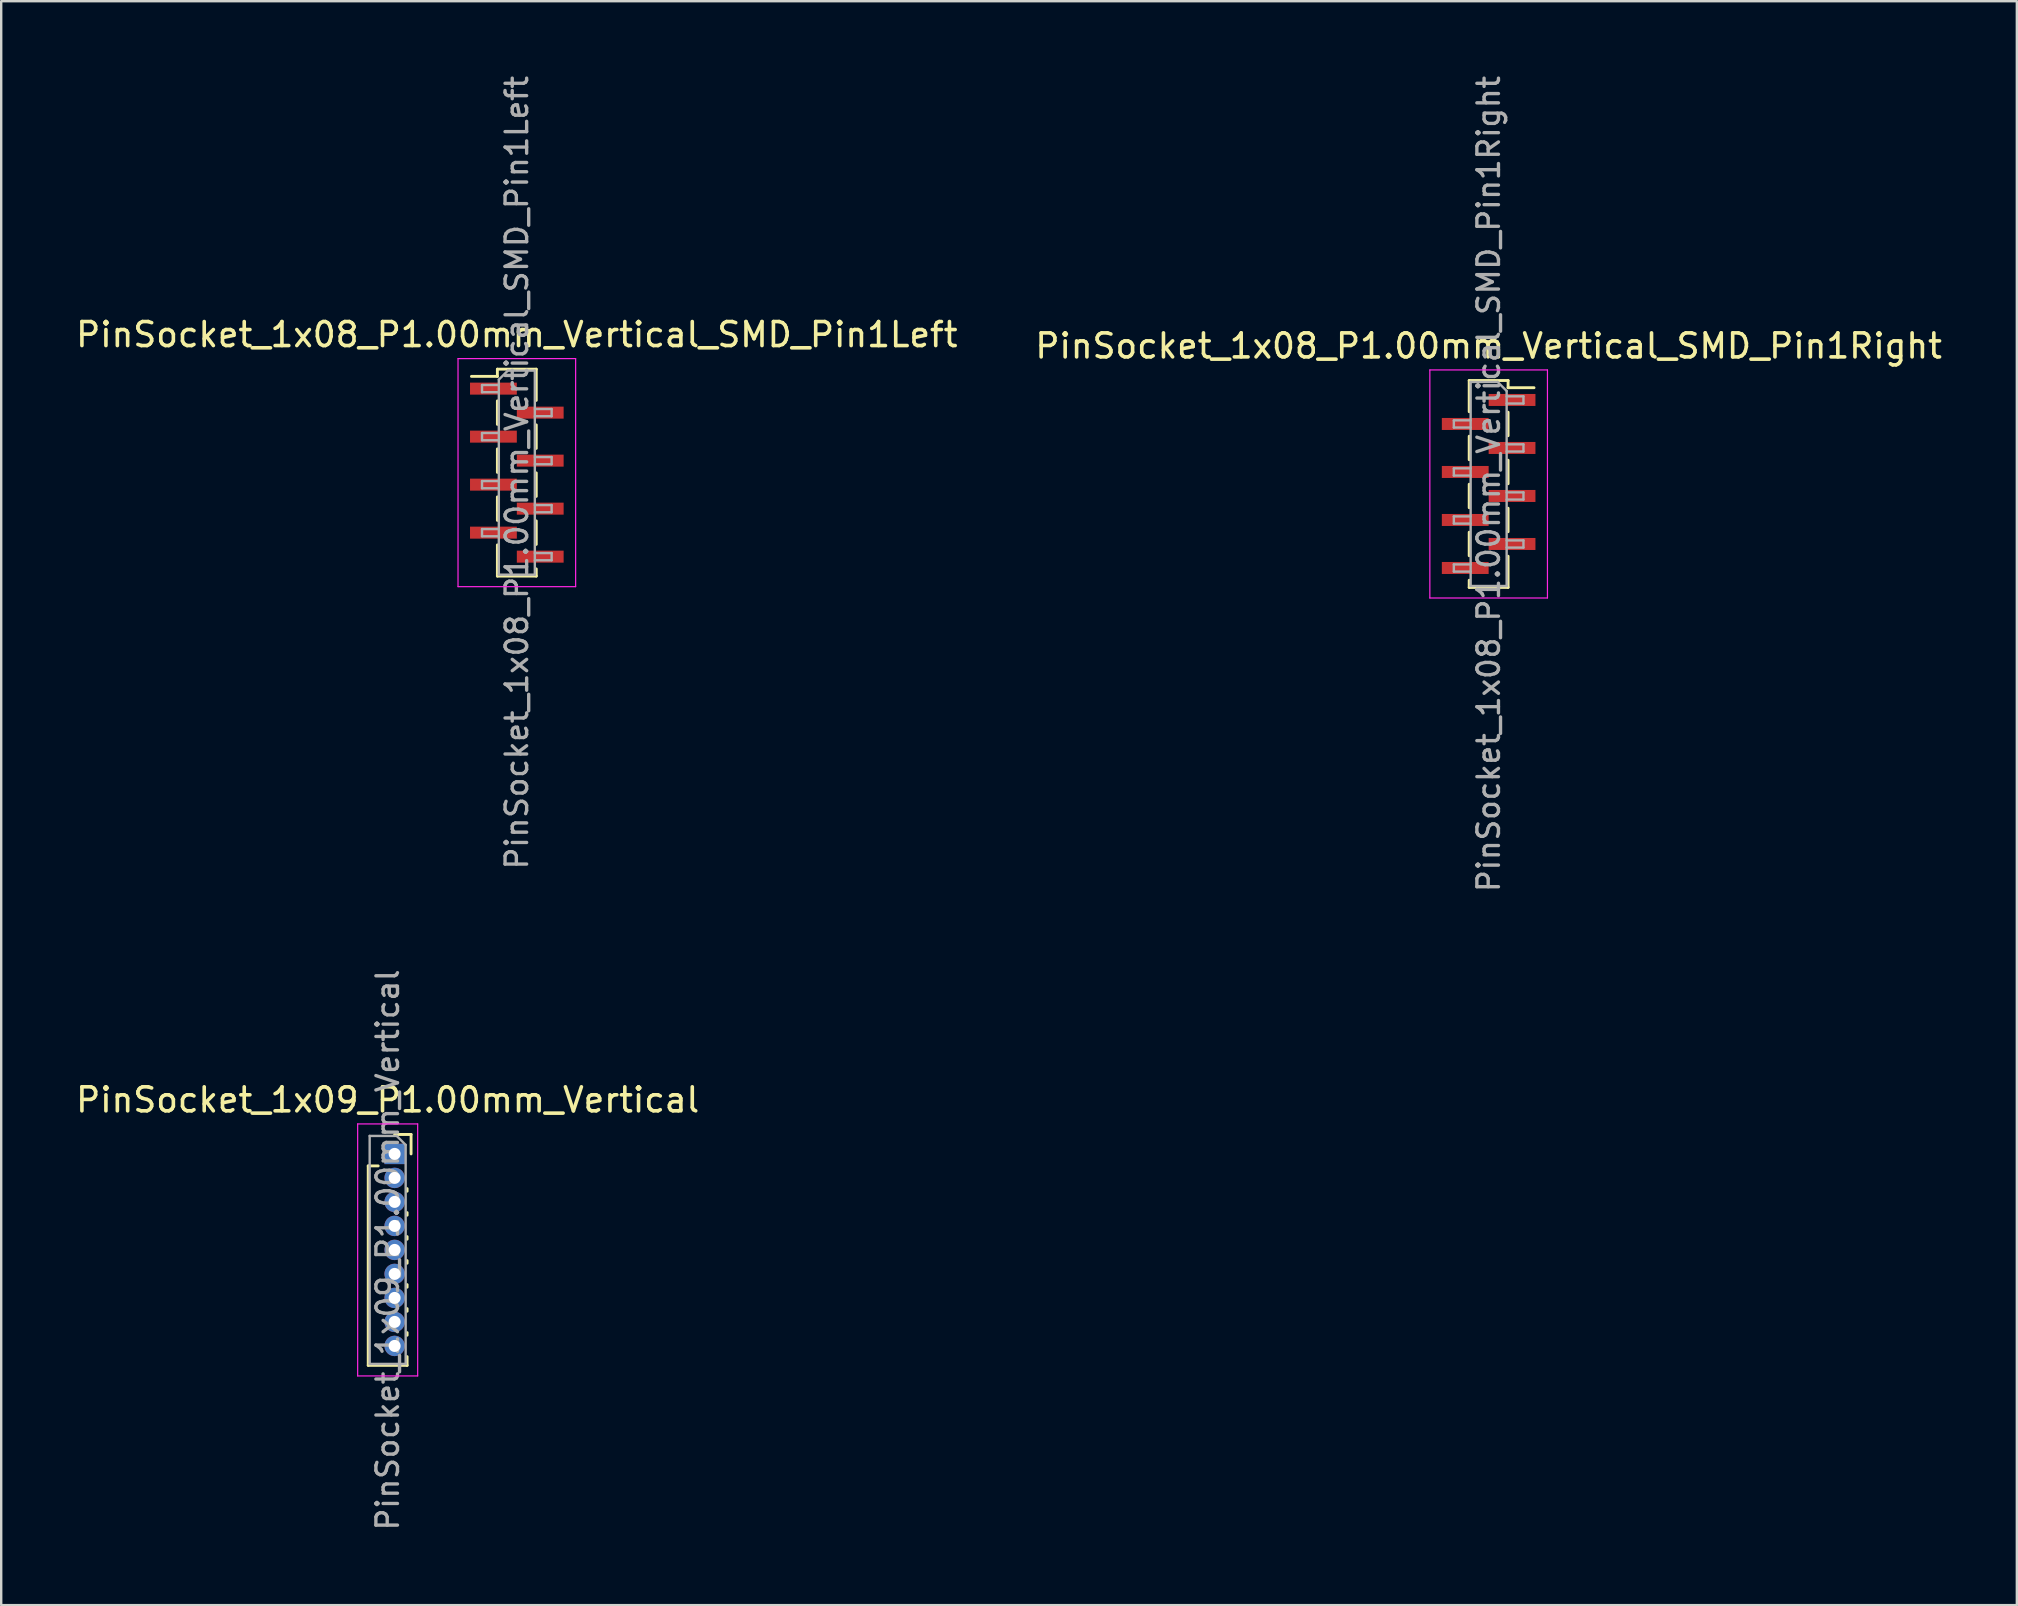
<source format=kicad_pcb>
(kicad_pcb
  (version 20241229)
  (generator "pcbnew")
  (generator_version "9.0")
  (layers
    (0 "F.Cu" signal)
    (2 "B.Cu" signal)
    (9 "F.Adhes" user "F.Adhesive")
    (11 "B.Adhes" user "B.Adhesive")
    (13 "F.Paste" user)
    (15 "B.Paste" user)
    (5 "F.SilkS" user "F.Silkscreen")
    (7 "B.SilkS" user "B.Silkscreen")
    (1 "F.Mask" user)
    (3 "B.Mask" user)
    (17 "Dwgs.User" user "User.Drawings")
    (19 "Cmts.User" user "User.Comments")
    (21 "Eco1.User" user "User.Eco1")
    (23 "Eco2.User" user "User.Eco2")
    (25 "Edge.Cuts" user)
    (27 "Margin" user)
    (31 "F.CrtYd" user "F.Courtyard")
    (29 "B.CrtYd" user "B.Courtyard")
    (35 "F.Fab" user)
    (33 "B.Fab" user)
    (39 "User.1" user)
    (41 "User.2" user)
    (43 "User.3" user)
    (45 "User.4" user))
  (footprint "PinSocket_1x09_P1.00mm_Vertical"
    (layer "F.Cu")
    (at 13.391 45.024)
    (property "Reference" "PinSocket_1x09_P1.00mm_Vertical" (at -0.29 -2.25 0) (layer "F.SilkS") (effects (font (size 1 1) (thickness 0.15))))
    (attr through_hole)
    (fp_line (start -1.1 0.5) (end -1.1 8.81) (stroke (width 0.12) (type solid)) (layer "F.SilkS"))
    (fp_line (start -1.1 0.5) (end -0.685 0.5) (stroke (width 0.12) (type solid)) (layer "F.SilkS"))
    (fp_line (start -1.1 8.81) (end 0.52 8.81) (stroke (width 0.12) (type solid)) (layer "F.SilkS"))
    (fp_line (start 0 -0.81) (end 0.685 -0.81) (stroke (width 0.12) (type solid)) (layer "F.SilkS"))
    (fp_line (start 0.52 1.446) (end 0.52 1.554) (stroke (width 0.12) (type solid)) (layer "F.SilkS"))
    (fp_line (start 0.52 2.446) (end 0.52 2.554) (stroke (width 0.12) (type solid)) (layer "F.SilkS"))
    (fp_line (start 0.52 3.446) (end 0.52 3.554) (stroke (width 0.12) (type solid)) (layer "F.SilkS"))
    (fp_line (start 0.52 4.446) (end 0.52 4.554) (stroke (width 0.12) (type solid)) (layer "F.SilkS"))
    (fp_line (start 0.52 5.446) (end 0.52 5.554) (stroke (width 0.12) (type solid)) (layer "F.SilkS"))
    (fp_line (start 0.52 6.446) (end 0.52 6.554) (stroke (width 0.12) (type solid)) (layer "F.SilkS"))
    (fp_line (start 0.52 7.446) (end 0.52 7.554) (stroke (width 0.12) (type solid)) (layer "F.SilkS"))
    (fp_line (start 0.52 8.446) (end 0.52 8.81) (stroke (width 0.12) (type solid)) (layer "F.SilkS"))
    (fp_line (start 0.685 -0.81) (end 0.685 0) (stroke (width 0.12) (type solid)) (layer "F.SilkS"))
    (fp_line (start -1.54 -1.25) (end 0.96 -1.25) (stroke (width 0.05) (type solid)) (layer "F.CrtYd"))
    (fp_line (start -1.54 9.25) (end -1.54 -1.25) (stroke (width 0.05) (type solid)) (layer "F.CrtYd"))
    (fp_line (start 0.96 -1.25) (end 0.96 9.25) (stroke (width 0.05) (type solid)) (layer "F.CrtYd"))
    (fp_line (start 0.96 9.25) (end -1.54 9.25) (stroke (width 0.05) (type solid)) (layer "F.CrtYd"))
    (fp_line (start -1.04 -0.75) (end 0.085 -0.75) (stroke (width 0.1) (type solid)) (layer "F.Fab"))
    (fp_line (start -1.04 8.75) (end -1.04 -0.75) (stroke (width 0.1) (type solid)) (layer "F.Fab"))
    (fp_line (start 0.085 -0.75) (end 0.46 -0.375) (stroke (width 0.1) (type solid)) (layer "F.Fab"))
    (fp_line (start 0.46 -0.375) (end 0.46 8.75) (stroke (width 0.1) (type solid)) (layer "F.Fab"))
    (fp_line (start 0.46 8.75) (end -1.04 8.75) (stroke (width 0.1) (type solid)) (layer "F.Fab"))
    (fp_text user "${REFERENCE}" (at -0.29 4 90) (layer "F.Fab") (effects (font (size 0.9 0.9) (thickness 0.14))))
    (pad "1" thru_hole rect (at 0 0) (size 0.85 0.85) (drill 0.5) (layers "*.Cu" "*.Mask"))
    (pad "2" thru_hole oval (at 0 1) (size 0.85 0.85) (drill 0.5) (layers "*.Cu" "*.Mask"))
    (pad "3" thru_hole oval (at 0 2) (size 0.85 0.85) (drill 0.5) (layers "*.Cu" "*.Mask"))
    (pad "4" thru_hole oval (at 0 3) (size 0.85 0.85) (drill 0.5) (layers "*.Cu" "*.Mask"))
    (pad "5" thru_hole oval (at 0 4) (size 0.85 0.85) (drill 0.5) (layers "*.Cu" "*.Mask"))
    (pad "6" thru_hole oval (at 0 5) (size 0.85 0.85) (drill 0.5) (layers "*.Cu" "*.Mask"))
    (pad "7" thru_hole oval (at 0 6) (size 0.85 0.85) (drill 0.5) (layers "*.Cu" "*.Mask"))
    (pad "8" thru_hole oval (at 0 7) (size 0.85 0.85) (drill 0.5) (layers "*.Cu" "*.Mask"))
    (pad "9" thru_hole oval (at 0 8) (size 0.85 0.85) (drill 0.5) (layers "*.Cu" "*.Mask")))
  (footprint "PinSocket_1x08_P1.00mm_Vertical_SMD_Pin1Right"
    (layer "F.Cu")
    (at 58.97 17.113)
    (property "Reference" "PinSocket_1x08_P1.00mm_Vertical_SMD_Pin1Right" (at 0 -5.75 0) (layer "F.SilkS") (effects (font (size 1 1) (thickness 0.15))))
    (attr smd)
    (fp_line (start -0.81 -4.31) (end -0.81 -3.01) (stroke (width 0.12) (type solid)) (layer "F.SilkS"))
    (fp_line (start -0.81 -4.31) (end 0.81 -4.31) (stroke (width 0.12) (type solid)) (layer "F.SilkS"))
    (fp_line (start -0.81 -1.99) (end -0.81 -1.01) (stroke (width 0.12) (type solid)) (layer "F.SilkS"))
    (fp_line (start -0.81 0.01) (end -0.81 0.99) (stroke (width 0.12) (type solid)) (layer "F.SilkS"))
    (fp_line (start -0.81 2.01) (end -0.81 2.99) (stroke (width 0.12) (type solid)) (layer "F.SilkS"))
    (fp_line (start -0.81 4.01) (end -0.81 4.31) (stroke (width 0.12) (type solid)) (layer "F.SilkS"))
    (fp_line (start -0.81 4.31) (end 0.81 4.31) (stroke (width 0.12) (type solid)) (layer "F.SilkS"))
    (fp_line (start 0.81 -4.31) (end 0.81 -4.01) (stroke (width 0.12) (type solid)) (layer "F.SilkS"))
    (fp_line (start 0.81 -4.01) (end 1.89 -4.01) (stroke (width 0.12) (type solid)) (layer "F.SilkS"))
    (fp_line (start 0.81 -2.99) (end 0.81 -2.01) (stroke (width 0.12) (type solid)) (layer "F.SilkS"))
    (fp_line (start 0.81 -0.99) (end 0.81 -0.01) (stroke (width 0.12) (type solid)) (layer "F.SilkS"))
    (fp_line (start 0.81 1.01) (end 0.81 1.99) (stroke (width 0.12) (type solid)) (layer "F.SilkS"))
    (fp_line (start 0.81 3.01) (end 0.81 4.31) (stroke (width 0.12) (type solid)) (layer "F.SilkS"))
    (fp_line (start -2.45 -4.75) (end 2.45 -4.75) (stroke (width 0.05) (type solid)) (layer "F.CrtYd"))
    (fp_line (start -2.45 4.75) (end -2.45 -4.75) (stroke (width 0.05) (type solid)) (layer "F.CrtYd"))
    (fp_line (start 2.45 -4.75) (end 2.45 4.75) (stroke (width 0.05) (type solid)) (layer "F.CrtYd"))
    (fp_line (start 2.45 4.75) (end -2.45 4.75) (stroke (width 0.05) (type solid)) (layer "F.CrtYd"))
    (fp_line (start -1.45 -2.65) (end -0.75 -2.65) (stroke (width 0.1) (type solid)) (layer "F.Fab"))
    (fp_line (start -1.45 -2.35) (end -1.45 -2.65) (stroke (width 0.1) (type solid)) (layer "F.Fab"))
    (fp_line (start -1.45 -0.65) (end -0.75 -0.65) (stroke (width 0.1) (type solid)) (layer "F.Fab"))
    (fp_line (start -1.45 -0.35) (end -1.45 -0.65) (stroke (width 0.1) (type solid)) (layer "F.Fab"))
    (fp_line (start -1.45 1.35) (end -0.75 1.35) (stroke (width 0.1) (type solid)) (layer "F.Fab"))
    (fp_line (start -1.45 1.65) (end -1.45 1.35) (stroke (width 0.1) (type solid)) (layer "F.Fab"))
    (fp_line (start -1.45 3.35) (end -0.75 3.35) (stroke (width 0.1) (type solid)) (layer "F.Fab"))
    (fp_line (start -1.45 3.65) (end -1.45 3.35) (stroke (width 0.1) (type solid)) (layer "F.Fab"))
    (fp_line (start -0.75 -4.25) (end 0.375 -4.25) (stroke (width 0.1) (type solid)) (layer "F.Fab"))
    (fp_line (start -0.75 -2.35) (end -1.45 -2.35) (stroke (width 0.1) (type solid)) (layer "F.Fab"))
    (fp_line (start -0.75 -0.35) (end -1.45 -0.35) (stroke (width 0.1) (type solid)) (layer "F.Fab"))
    (fp_line (start -0.75 1.65) (end -1.45 1.65) (stroke (width 0.1) (type solid)) (layer "F.Fab"))
    (fp_line (start -0.75 3.65) (end -1.45 3.65) (stroke (width 0.1) (type solid)) (layer "F.Fab"))
    (fp_line (start -0.75 4.25) (end -0.75 -4.25) (stroke (width 0.1) (type solid)) (layer "F.Fab"))
    (fp_line (start 0.375 -4.25) (end 0.75 -3.875) (stroke (width 0.1) (type solid)) (layer "F.Fab"))
    (fp_line (start 0.75 -3.875) (end 0.75 4.25) (stroke (width 0.1) (type solid)) (layer "F.Fab"))
    (fp_line (start 0.75 -3.65) (end 1.45 -3.65) (stroke (width 0.1) (type solid)) (layer "F.Fab"))
    (fp_line (start 0.75 -1.65) (end 1.45 -1.65) (stroke (width 0.1) (type solid)) (layer "F.Fab"))
    (fp_line (start 0.75 0.35) (end 1.45 0.35) (stroke (width 0.1) (type solid)) (layer "F.Fab"))
    (fp_line (start 0.75 2.35) (end 1.45 2.35) (stroke (width 0.1) (type solid)) (layer "F.Fab"))
    (fp_line (start 0.75 4.25) (end -0.75 4.25) (stroke (width 0.1) (type solid)) (layer "F.Fab"))
    (fp_line (start 1.45 -3.65) (end 1.45 -3.35) (stroke (width 0.1) (type solid)) (layer "F.Fab"))
    (fp_line (start 1.45 -3.35) (end 0.75 -3.35) (stroke (width 0.1) (type solid)) (layer "F.Fab"))
    (fp_line (start 1.45 -1.65) (end 1.45 -1.35) (stroke (width 0.1) (type solid)) (layer "F.Fab"))
    (fp_line (start 1.45 -1.35) (end 0.75 -1.35) (stroke (width 0.1) (type solid)) (layer "F.Fab"))
    (fp_line (start 1.45 0.35) (end 1.45 0.65) (stroke (width 0.1) (type solid)) (layer "F.Fab"))
    (fp_line (start 1.45 0.65) (end 0.75 0.65) (stroke (width 0.1) (type solid)) (layer "F.Fab"))
    (fp_line (start 1.45 2.35) (end 1.45 2.65) (stroke (width 0.1) (type solid)) (layer "F.Fab"))
    (fp_line (start 1.45 2.65) (end 0.75 2.65) (stroke (width 0.1) (type solid)) (layer "F.Fab"))
    (fp_text user "${REFERENCE}" (at 0 0 90) (layer "F.Fab") (effects (font (size 0.9 0.9) (thickness 0.14))))
    (pad "1" smd rect (at 0.975 -3.5) (size 1.95 0.5) (layers "F.Cu" "F.Mask" "F.Paste"))
    (pad "2" smd rect (at -0.975 -2.5) (size 1.95 0.5) (layers "F.Cu" "F.Mask" "F.Paste"))
    (pad "3" smd rect (at 0.975 -1.5) (size 1.95 0.5) (layers "F.Cu" "F.Mask" "F.Paste"))
    (pad "4" smd rect (at -0.975 -0.5) (size 1.95 0.5) (layers "F.Cu" "F.Mask" "F.Paste"))
    (pad "5" smd rect (at 0.975 0.5) (size 1.95 0.5) (layers "F.Cu" "F.Mask" "F.Paste"))
    (pad "6" smd rect (at -0.975 1.5) (size 1.95 0.5) (layers "F.Cu" "F.Mask" "F.Paste"))
    (pad "7" smd rect (at 0.975 2.5) (size 1.95 0.5) (layers "F.Cu" "F.Mask" "F.Paste"))
    (pad "8" smd rect (at -0.975 3.5) (size 1.95 0.5) (layers "F.Cu" "F.Mask" "F.Paste")))
  (footprint "PinSocket_1x08_P1.00mm_Vertical_SMD_Pin1Left"
    (layer "F.Cu")
    (at 18.482 16.641)
    (property "Reference" "PinSocket_1x08_P1.00mm_Vertical_SMD_Pin1Left" (at 0 -5.75 0) (layer "F.SilkS") (effects (font (size 1 1) (thickness 0.15))))
    (attr smd)
    (fp_line (start -1.89 -4.01) (end -0.81 -4.01) (stroke (width 0.12) (type solid)) (layer "F.SilkS"))
    (fp_line (start -0.81 -4.31) (end -0.81 -4.01) (stroke (width 0.12) (type solid)) (layer "F.SilkS"))
    (fp_line (start -0.81 -4.31) (end 0.81 -4.31) (stroke (width 0.12) (type solid)) (layer "F.SilkS"))
    (fp_line (start -0.81 -2.99) (end -0.81 -2.01) (stroke (width 0.12) (type solid)) (layer "F.SilkS"))
    (fp_line (start -0.81 -0.99) (end -0.81 -0.01) (stroke (width 0.12) (type solid)) (layer "F.SilkS"))
    (fp_line (start -0.81 1.01) (end -0.81 1.99) (stroke (width 0.12) (type solid)) (layer "F.SilkS"))
    (fp_line (start -0.81 3.01) (end -0.81 4.31) (stroke (width 0.12) (type solid)) (layer "F.SilkS"))
    (fp_line (start -0.81 4.31) (end 0.81 4.31) (stroke (width 0.12) (type solid)) (layer "F.SilkS"))
    (fp_line (start 0.81 -4.31) (end 0.81 -3.01) (stroke (width 0.12) (type solid)) (layer "F.SilkS"))
    (fp_line (start 0.81 -1.99) (end 0.81 -1.01) (stroke (width 0.12) (type solid)) (layer "F.SilkS"))
    (fp_line (start 0.81 0.01) (end 0.81 0.99) (stroke (width 0.12) (type solid)) (layer "F.SilkS"))
    (fp_line (start 0.81 2.01) (end 0.81 2.99) (stroke (width 0.12) (type solid)) (layer "F.SilkS"))
    (fp_line (start 0.81 4.01) (end 0.81 4.31) (stroke (width 0.12) (type solid)) (layer "F.SilkS"))
    (fp_line (start -2.45 -4.75) (end 2.45 -4.75) (stroke (width 0.05) (type solid)) (layer "F.CrtYd"))
    (fp_line (start -2.45 4.75) (end -2.45 -4.75) (stroke (width 0.05) (type solid)) (layer "F.CrtYd"))
    (fp_line (start 2.45 -4.75) (end 2.45 4.75) (stroke (width 0.05) (type solid)) (layer "F.CrtYd"))
    (fp_line (start 2.45 4.75) (end -2.45 4.75) (stroke (width 0.05) (type solid)) (layer "F.CrtYd"))
    (fp_line (start -1.45 -3.65) (end -0.75 -3.65) (stroke (width 0.1) (type solid)) (layer "F.Fab"))
    (fp_line (start -1.45 -3.35) (end -1.45 -3.65) (stroke (width 0.1) (type solid)) (layer "F.Fab"))
    (fp_line (start -1.45 -1.65) (end -0.75 -1.65) (stroke (width 0.1) (type solid)) (layer "F.Fab"))
    (fp_line (start -1.45 -1.35) (end -1.45 -1.65) (stroke (width 0.1) (type solid)) (layer "F.Fab"))
    (fp_line (start -1.45 0.35) (end -0.75 0.35) (stroke (width 0.1) (type solid)) (layer "F.Fab"))
    (fp_line (start -1.45 0.65) (end -1.45 0.35) (stroke (width 0.1) (type solid)) (layer "F.Fab"))
    (fp_line (start -1.45 2.35) (end -0.75 2.35) (stroke (width 0.1) (type solid)) (layer "F.Fab"))
    (fp_line (start -1.45 2.65) (end -1.45 2.35) (stroke (width 0.1) (type solid)) (layer "F.Fab"))
    (fp_line (start -0.75 -3.875) (end -0.375 -4.25) (stroke (width 0.1) (type solid)) (layer "F.Fab"))
    (fp_line (start -0.75 -3.35) (end -1.45 -3.35) (stroke (width 0.1) (type solid)) (layer "F.Fab"))
    (fp_line (start -0.75 -1.35) (end -1.45 -1.35) (stroke (width 0.1) (type solid)) (layer "F.Fab"))
    (fp_line (start -0.75 0.65) (end -1.45 0.65) (stroke (width 0.1) (type solid)) (layer "F.Fab"))
    (fp_line (start -0.75 2.65) (end -1.45 2.65) (stroke (width 0.1) (type solid)) (layer "F.Fab"))
    (fp_line (start -0.75 4.25) (end -0.75 -3.875) (stroke (width 0.1) (type solid)) (layer "F.Fab"))
    (fp_line (start -0.375 -4.25) (end 0.75 -4.25) (stroke (width 0.1) (type solid)) (layer "F.Fab"))
    (fp_line (start 0.75 -4.25) (end 0.75 4.25) (stroke (width 0.1) (type solid)) (layer "F.Fab"))
    (fp_line (start 0.75 -2.65) (end 1.45 -2.65) (stroke (width 0.1) (type solid)) (layer "F.Fab"))
    (fp_line (start 0.75 -0.65) (end 1.45 -0.65) (stroke (width 0.1) (type solid)) (layer "F.Fab"))
    (fp_line (start 0.75 1.35) (end 1.45 1.35) (stroke (width 0.1) (type solid)) (layer "F.Fab"))
    (fp_line (start 0.75 3.35) (end 1.45 3.35) (stroke (width 0.1) (type solid)) (layer "F.Fab"))
    (fp_line (start 0.75 4.25) (end -0.75 4.25) (stroke (width 0.1) (type solid)) (layer "F.Fab"))
    (fp_line (start 1.45 -2.65) (end 1.45 -2.35) (stroke (width 0.1) (type solid)) (layer "F.Fab"))
    (fp_line (start 1.45 -2.35) (end 0.75 -2.35) (stroke (width 0.1) (type solid)) (layer "F.Fab"))
    (fp_line (start 1.45 -0.65) (end 1.45 -0.35) (stroke (width 0.1) (type solid)) (layer "F.Fab"))
    (fp_line (start 1.45 -0.35) (end 0.75 -0.35) (stroke (width 0.1) (type solid)) (layer "F.Fab"))
    (fp_line (start 1.45 1.35) (end 1.45 1.65) (stroke (width 0.1) (type solid)) (layer "F.Fab"))
    (fp_line (start 1.45 1.65) (end 0.75 1.65) (stroke (width 0.1) (type solid)) (layer "F.Fab"))
    (fp_line (start 1.45 3.35) (end 1.45 3.65) (stroke (width 0.1) (type solid)) (layer "F.Fab"))
    (fp_line (start 1.45 3.65) (end 0.75 3.65) (stroke (width 0.1) (type solid)) (layer "F.Fab"))
    (fp_text user "${REFERENCE}" (at 0 0 90) (layer "F.Fab") (effects (font (size 0.9 0.9) (thickness 0.14))))
    (pad "1" smd rect (at -0.975 -3.5) (size 1.95 0.5) (layers "F.Cu" "F.Mask" "F.Paste"))
    (pad "2" smd rect (at 0.975 -2.5) (size 1.95 0.5) (layers "F.Cu" "F.Mask" "F.Paste"))
    (pad "3" smd rect (at -0.975 -1.5) (size 1.95 0.5) (layers "F.Cu" "F.Mask" "F.Paste"))
    (pad "4" smd rect (at 0.975 -0.5) (size 1.95 0.5) (layers "F.Cu" "F.Mask" "F.Paste"))
    (pad "5" smd rect (at -0.975 0.5) (size 1.95 0.5) (layers "F.Cu" "F.Mask" "F.Paste"))
    (pad "6" smd rect (at 0.975 1.5) (size 1.95 0.5) (layers "F.Cu" "F.Mask" "F.Paste"))
    (pad "7" smd rect (at -0.975 2.5) (size 1.95 0.5) (layers "F.Cu" "F.Mask" "F.Paste"))
    (pad "8" smd rect (at 0.975 3.5) (size 1.95 0.5) (layers "F.Cu" "F.Mask" "F.Paste")))
  (gr_rect
    (start -3 -3)
    (end 80.976 63.823)
    (stroke (width 0.1) (type default))
    (fill no)
    (layer "Edge.Cuts")))
</source>
